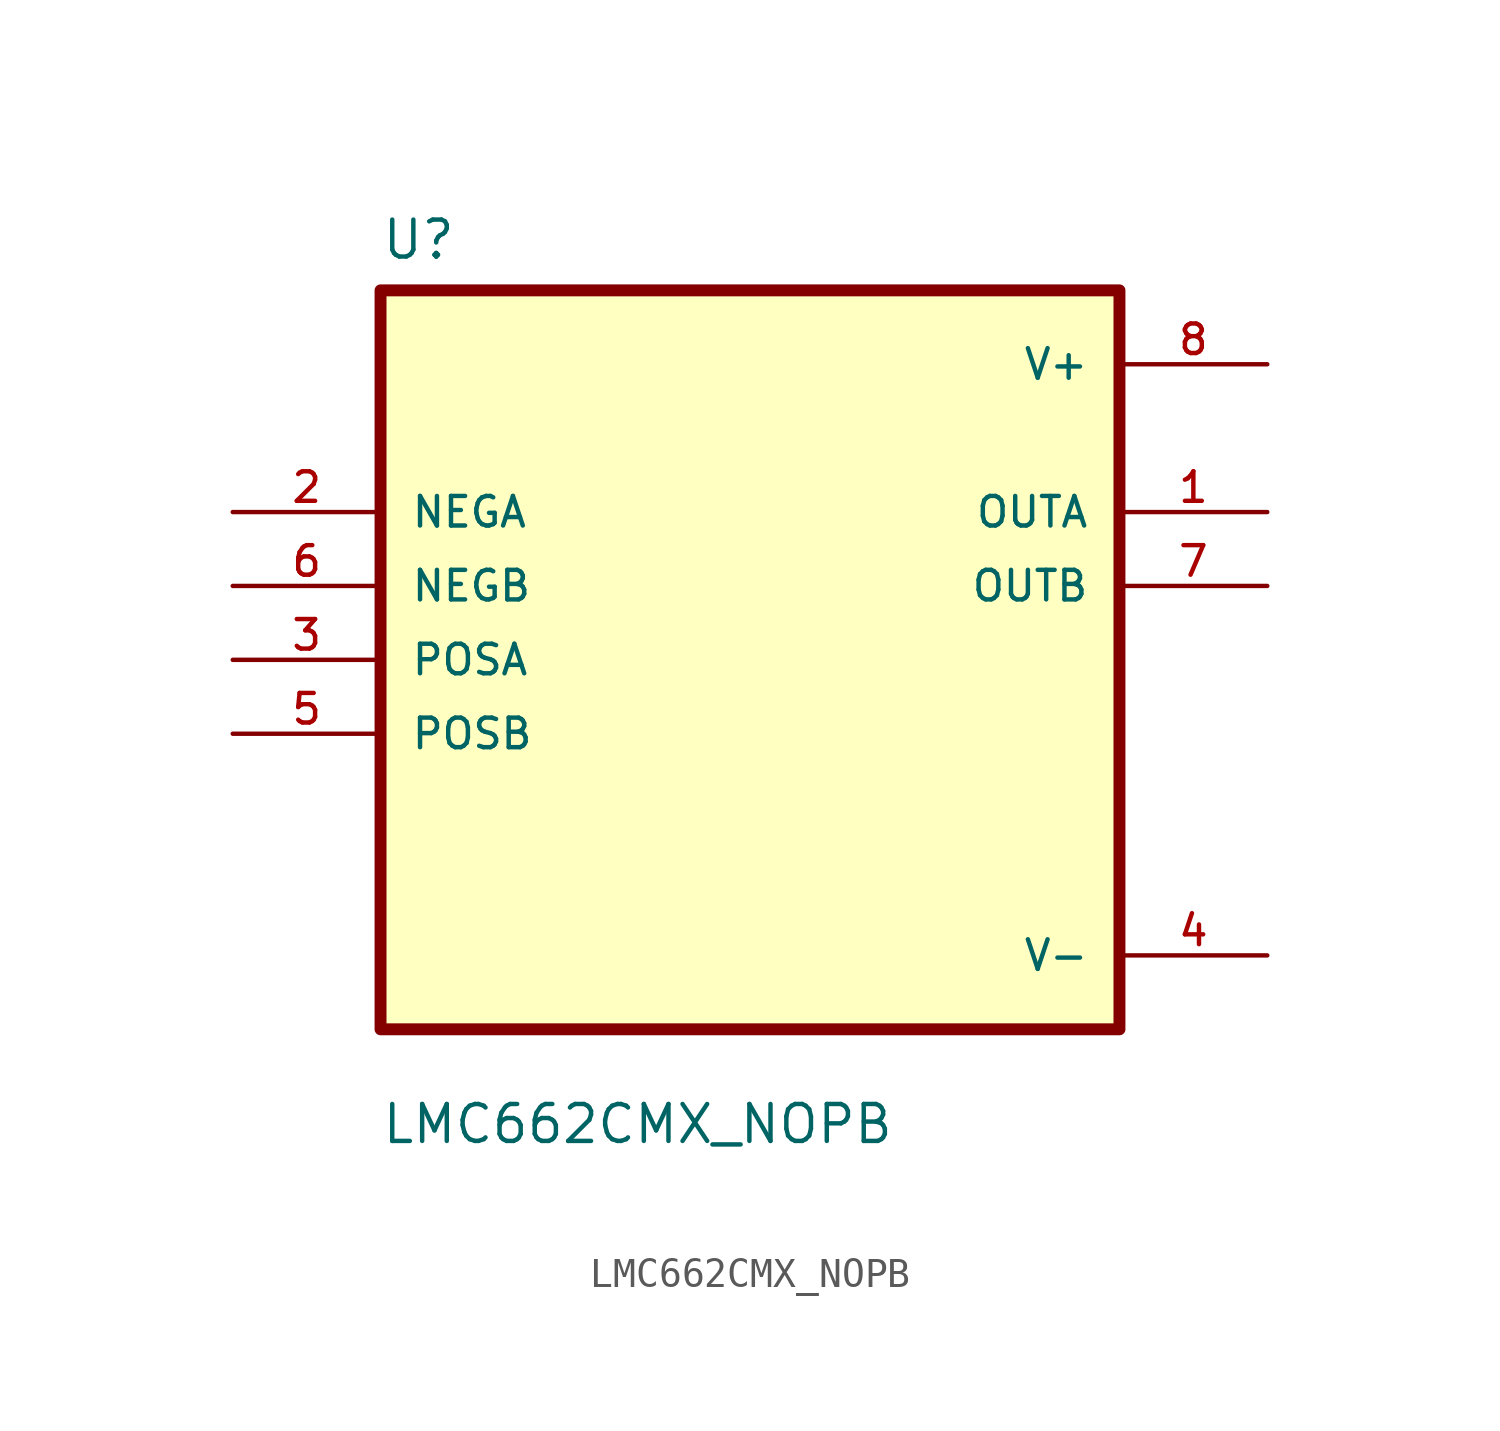
<source format=kicad_sym>
(kicad_symbol_lib
  (version 20211014)
  (generator kicad_symbol_editor)
  (symbol "LMC662CMX_NOPB"
    (pin_names
      (offset 1.016))
    (property "Reference" "U"
      (at -12.7 13.7 0.0)
      (effects (font (size 1.27 1.27)) (justify bottom left)))
    (property "Value" "LMC662CMX_NOPB"
      (at -12.7 -16.7 0.0)
      (effects (font (size 1.27 1.27)) (justify bottom left)))
    (symbol "LMC662CMX_NOPB_0_0"
      (rectangle (start -12.7 -12.7) (end 12.7 12.7) (stroke (width 0.41)) (fill (type background)))
      (pin input line (at -17.78 5.08 0) (length 5.08) (name "NEGA" (effects (font (size 1.016 1.016)))) (number "2" (effects (font (size 1.016 1.016)))))
      (pin input line (at -17.78 2.54 0) (length 5.08) (name "NEGB" (effects (font (size 1.016 1.016)))) (number "6" (effects (font (size 1.016 1.016)))))
      (pin input line (at -17.78 -8.88178e-16 0) (length 5.08) (name "POSA" (effects (font (size 1.016 1.016)))) (number "3" (effects (font (size 1.016 1.016)))))
      (pin input line (at -17.78 -2.54 0) (length 5.08) (name "POSB" (effects (font (size 1.016 1.016)))) (number "5" (effects (font (size 1.016 1.016)))))
      (pin power_in line (at 17.78 10.16 180.0) (length 5.08) (name "V+" (effects (font (size 1.016 1.016)))) (number "8" (effects (font (size 1.016 1.016)))))
      (pin output line (at 17.78 5.08 180.0) (length 5.08) (name "OUTA" (effects (font (size 1.016 1.016)))) (number "1" (effects (font (size 1.016 1.016)))))
      (pin output line (at 17.78 2.54 180.0) (length 5.08) (name "OUTB" (effects (font (size 1.016 1.016)))) (number "7" (effects (font (size 1.016 1.016)))))
      (pin power_in line (at 17.78 -10.16 180.0) (length 5.08) (name "V-" (effects (font (size 1.016 1.016)))) (number "4" (effects (font (size 1.016 1.016))))))))
</source>
